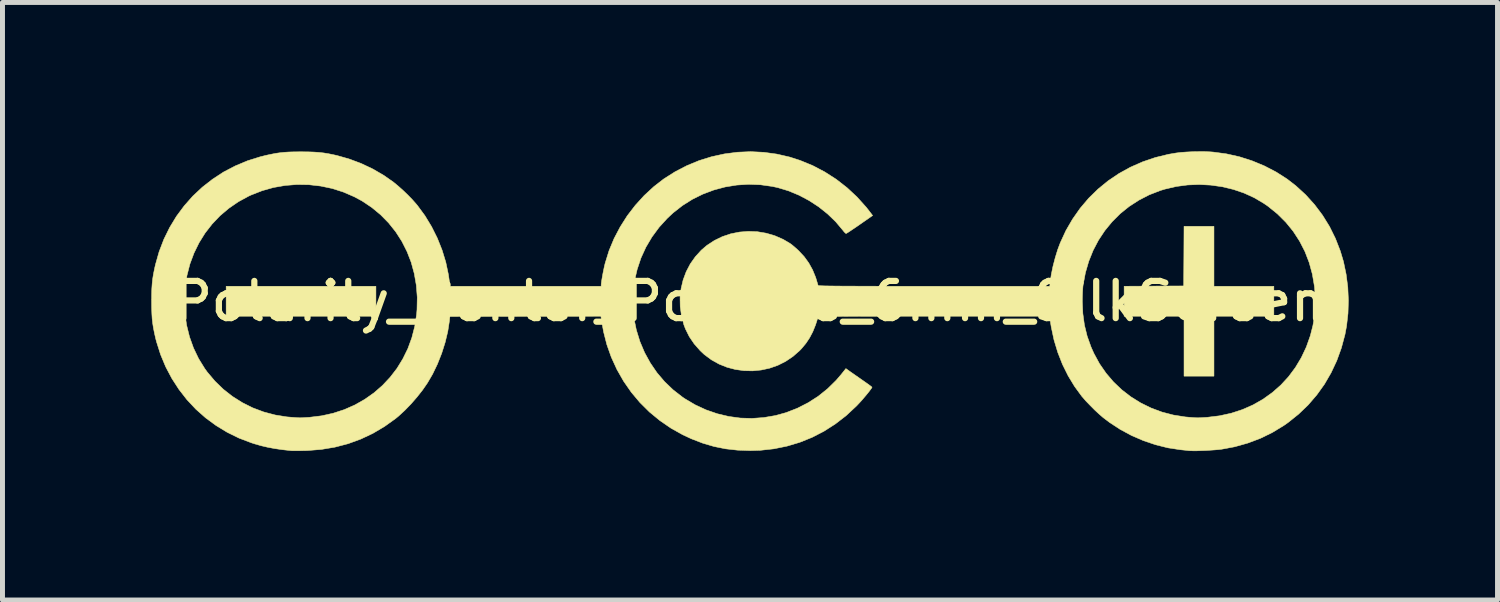
<source format=kicad_pcb>
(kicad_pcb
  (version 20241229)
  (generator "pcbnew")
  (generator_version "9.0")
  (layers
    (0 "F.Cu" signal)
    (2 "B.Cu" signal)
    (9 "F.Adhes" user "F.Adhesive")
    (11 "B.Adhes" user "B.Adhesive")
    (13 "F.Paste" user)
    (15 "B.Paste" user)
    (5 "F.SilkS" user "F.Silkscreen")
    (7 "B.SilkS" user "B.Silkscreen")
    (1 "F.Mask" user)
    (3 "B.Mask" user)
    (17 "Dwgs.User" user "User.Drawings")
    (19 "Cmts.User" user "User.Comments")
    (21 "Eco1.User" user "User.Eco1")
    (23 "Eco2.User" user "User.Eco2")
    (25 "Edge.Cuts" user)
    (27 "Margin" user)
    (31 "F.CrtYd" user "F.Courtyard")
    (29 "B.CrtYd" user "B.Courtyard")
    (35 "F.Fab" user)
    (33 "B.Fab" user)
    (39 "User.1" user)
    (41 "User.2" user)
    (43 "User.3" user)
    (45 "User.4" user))
  (footprint "Polarity_Center_Positive_6mm_SilkScreen"
    (layer "F.Cu")
    (at 12.057 3.02)
    (property "Reference" "Polarity_Center_Positive_6mm_SilkScreen" (at 0 0 0) (layer "F.SilkS") (effects (font (size 0.75 0.75) (thickness 0.125))))
    (attr exclude_from_pos_files exclude_from_bom allow_missing_courtyard)
    (fp_poly (pts (xy -7.532 0.302) (xy -10.55 0.302) (xy -10.55 -0.302) (xy -7.532 -0.302) (xy -7.532 0.302)) (stroke (width 0.01) (type solid)) (fill yes) (layer "F.SilkS"))
    (fp_poly (pts (xy 9.355 -0.302) (xy 10.562 -0.302) (xy 10.562 0.302) (xy 9.355 0.302) (xy 9.355 1.509) (xy 8.752 1.509) (xy 8.752 0.302) (xy 7.545 0.302) (xy 7.545 -0.302) (xy 8.145 -0.305) (xy 8.745 -0.308) (xy 8.749 -0.908) (xy 8.752 -1.509) (xy 9.355 -1.509) (xy 9.355 -0.302)) (stroke (width 0.01) (type solid)) (fill yes) (layer "F.SilkS"))
    (fp_poly (pts (xy 9.175 -3.015) (xy 9.284 -3.01) (xy 9.337 -3.006) (xy 9.605 -2.97) (xy 9.869 -2.911) (xy 10.125 -2.829) (xy 10.371 -2.727) (xy 10.606 -2.605) (xy 10.827 -2.464) (xy 11.002 -2.329) (xy 11.202 -2.146) (xy 11.382 -1.947) (xy 11.543 -1.733) (xy 11.684 -1.505) (xy 11.803 -1.264) (xy 11.901 -1.012) (xy 11.965 -0.798) (xy 12.018 -0.544) (xy 12.052 -0.282) (xy 12.064 -0.017) (xy 12.056 0.245) (xy 12.027 0.501) (xy 11.995 0.671) (xy 11.923 0.94) (xy 11.83 1.197) (xy 11.715 1.442) (xy 11.581 1.673) (xy 11.426 1.889) (xy 11.252 2.091) (xy 11.06 2.275) (xy 10.85 2.443) (xy 10.762 2.505) (xy 10.53 2.646) (xy 10.288 2.764) (xy 10.035 2.859) (xy 9.771 2.933) (xy 9.515 2.981) (xy 9.451 2.989) (xy 9.371 2.996) (xy 9.282 3.002) (xy 9.188 3.008) (xy 9.095 3.011) (xy 9.008 3.014) (xy 8.933 3.014) (xy 8.874 3.012) (xy 8.852 3.011) (xy 8.821 3.007) (xy 8.773 3.002) (xy 8.714 2.996) (xy 8.676 2.992) (xy 8.428 2.954) (xy 8.179 2.892) (xy 7.933 2.809) (xy 7.695 2.706) (xy 7.466 2.583) (xy 7.252 2.443) (xy 7.123 2.345) (xy 7.041 2.274) (xy 6.951 2.191) (xy 6.861 2.1) (xy 6.775 2.011) (xy 6.703 1.928) (xy 6.694 1.918) (xy 6.548 1.719) (xy 6.417 1.503) (xy 6.303 1.273) (xy 6.208 1.031) (xy 6.132 0.78) (xy 6.077 0.523) (xy 6.066 0.456) (xy 6.044 0.302) (xy 3.713 0.302) (xy 3.419 0.302) (xy 3.148 0.302) (xy 2.901 0.302) (xy 2.677 0.302) (xy 2.474 0.303) (xy 2.291 0.303) (xy 2.129 0.304) (xy 1.985 0.304) (xy 1.859 0.305) (xy 1.749 0.306) (xy 1.656 0.307) (xy 1.578 0.308) (xy 1.515 0.309) (xy 1.464 0.31) (xy 1.426 0.312) (xy 1.4 0.313) (xy 1.384 0.315) (xy 1.378 0.317) (xy 1.378 0.318) (xy 1.327 0.476) (xy 1.271 0.615) (xy 1.207 0.737) (xy 1.133 0.848) (xy 1.046 0.953) (xy 1.007 0.994) (xy 0.871 1.113) (xy 0.724 1.212) (xy 0.567 1.291) (xy 0.402 1.349) (xy 0.232 1.386) (xy 0.058 1.403) (xy -0.115 1.399) (xy -0.288 1.375) (xy -0.456 1.331) (xy -0.618 1.266) (xy -0.772 1.18) (xy -0.915 1.074) (xy -0.997 0.997) (xy -1.119 0.858) (xy -1.218 0.712) (xy -1.295 0.557) (xy -1.327 0.473) (xy -1.375 0.291) (xy -1.4 0.108) (xy -1.402 0.004) (xy 6.702 0.004) (xy 6.713 0.248) (xy 6.745 0.48) (xy 6.8 0.704) (xy 6.878 0.922) (xy 6.935 1.05) (xy 7.048 1.258) (xy 7.181 1.45) (xy 7.331 1.626) (xy 7.498 1.785) (xy 7.681 1.926) (xy 7.877 2.048) (xy 8.086 2.151) (xy 8.306 2.233) (xy 8.536 2.293) (xy 8.775 2.331) (xy 8.915 2.343) (xy 8.96 2.346) (xy 9 2.348) (xy 9.016 2.349) (xy 9.04 2.349) (xy 9.083 2.347) (xy 9.14 2.344) (xy 9.205 2.34) (xy 9.219 2.339) (xy 9.466 2.309) (xy 9.703 2.257) (xy 9.929 2.183) (xy 10.143 2.089) (xy 10.343 1.975) (xy 10.53 1.841) (xy 10.702 1.69) (xy 10.857 1.522) (xy 10.995 1.337) (xy 11.115 1.137) (xy 11.216 0.923) (xy 11.297 0.695) (xy 11.349 0.49) (xy 11.365 0.396) (xy 11.377 0.284) (xy 11.386 0.16) (xy 11.391 0.033) (xy 11.392 -0.091) (xy 11.388 -0.205) (xy 11.38 -0.298) (xy 11.338 -0.545) (xy 11.274 -0.779) (xy 11.188 -1.002) (xy 11.08 -1.212) (xy 10.952 -1.409) (xy 10.803 -1.592) (xy 10.634 -1.76) (xy 10.445 -1.913) (xy 10.361 -1.971) (xy 10.169 -2.085) (xy 9.963 -2.179) (xy 9.747 -2.253) (xy 9.522 -2.307) (xy 9.291 -2.34) (xy 9.058 -2.352) (xy 8.824 -2.343) (xy 8.592 -2.312) (xy 8.366 -2.259) (xy 8.274 -2.231) (xy 8.05 -2.144) (xy 7.841 -2.036) (xy 7.645 -1.909) (xy 7.465 -1.764) (xy 7.302 -1.601) (xy 7.156 -1.423) (xy 7.028 -1.23) (xy 6.92 -1.024) (xy 6.832 -0.805) (xy 6.765 -0.575) (xy 6.72 -0.335) (xy 6.715 -0.302) (xy 6.711 -0.25) (xy 6.707 -0.181) (xy 6.704 -0.103) (xy 6.702 -0.023) (xy 6.702 0.004) (xy -1.402 0.004) (xy -1.403 -0.074) (xy -1.383 -0.253) (xy -1.342 -0.427) (xy -1.28 -0.594) (xy -1.198 -0.751) (xy -1.096 -0.896) (xy -0.976 -1.028) (xy -0.864 -1.124) (xy -0.713 -1.223) (xy -0.551 -1.302) (xy -0.381 -1.359) (xy -0.205 -1.394) (xy -0.025 -1.408) (xy 0.154 -1.401) (xy 0.332 -1.371) (xy 0.506 -1.32) (xy 0.673 -1.247) (xy 0.811 -1.166) (xy 0.853 -1.135) (xy 0.904 -1.092) (xy 0.957 -1.045) (xy 0.99 -1.014) (xy 1.099 -0.897) (xy 1.19 -0.771) (xy 1.267 -0.632) (xy 1.33 -0.478) (xy 1.378 -0.318) (xy 1.383 -0.316) (xy 1.398 -0.314) (xy 1.423 -0.312) (xy 1.459 -0.311) (xy 1.508 -0.309) (xy 1.57 -0.308) (xy 1.646 -0.307) (xy 1.737 -0.306) (xy 1.845 -0.305) (xy 1.969 -0.304) (xy 2.11 -0.304) (xy 2.271 -0.303) (xy 2.451 -0.303) (xy 2.651 -0.302) (xy 2.873 -0.302) (xy 3.117 -0.302) (xy 3.384 -0.302) (xy 3.676 -0.302) (xy 6.046 -0.302) (xy 6.054 -0.38) (xy 6.077 -0.538) (xy 6.112 -0.707) (xy 6.157 -0.879) (xy 6.208 -1.044) (xy 6.257 -1.174) (xy 6.371 -1.422) (xy 6.506 -1.655) (xy 6.659 -1.873) (xy 6.83 -2.075) (xy 7.018 -2.259) (xy 7.221 -2.425) (xy 7.44 -2.573) (xy 7.672 -2.701) (xy 7.917 -2.809) (xy 8.173 -2.896) (xy 8.44 -2.961) (xy 8.593 -2.987) (xy 8.689 -2.999) (xy 8.803 -3.007) (xy 8.927 -3.013) (xy 9.053 -3.015) (xy 9.175 -3.015)) (stroke (width 0.01) (type solid)) (fill yes) (layer "F.SilkS"))
    (fp_poly (pts (xy 0.284 -3.001) (xy 0.547 -2.965) (xy 0.807 -2.905) (xy 1.012 -2.839) (xy 1.268 -2.734) (xy 1.512 -2.606) (xy 1.744 -2.457) (xy 1.961 -2.288) (xy 2.163 -2.1) (xy 2.349 -1.893) (xy 2.443 -1.772) (xy 2.477 -1.727) (xy 2.217 -1.546) (xy 2.145 -1.496) (xy 2.079 -1.452) (xy 2.023 -1.414) (xy 1.98 -1.386) (xy 1.951 -1.369) (xy 1.941 -1.364) (xy 1.927 -1.374) (xy 1.903 -1.398) (xy 1.876 -1.432) (xy 1.733 -1.602) (xy 1.57 -1.759) (xy 1.391 -1.902) (xy 1.198 -2.028) (xy 0.995 -2.136) (xy 0.783 -2.224) (xy 0.568 -2.289) (xy 0.458 -2.313) (xy 0.217 -2.347) (xy -0.023 -2.356) (xy -0.261 -2.341) (xy -0.494 -2.303) (xy -0.722 -2.242) (xy -0.943 -2.159) (xy -1.154 -2.055) (xy -1.354 -1.929) (xy -1.542 -1.782) (xy -1.66 -1.672) (xy -1.826 -1.49) (xy -1.969 -1.296) (xy -2.091 -1.09) (xy -2.191 -0.872) (xy -2.268 -0.641) (xy -2.324 -0.398) (xy -2.334 -0.34) (xy -2.346 -0.243) (xy -2.352 -0.129) (xy -2.355 -0.007) (xy -2.353 0.115) (xy -2.347 0.229) (xy -2.336 0.328) (xy -2.334 0.338) (xy -2.284 0.58) (xy -2.212 0.813) (xy -2.118 1.035) (xy -2.003 1.244) (xy -1.869 1.44) (xy -1.716 1.62) (xy -1.545 1.784) (xy -1.356 1.931) (xy -1.308 1.964) (xy -1.098 2.088) (xy -0.88 2.189) (xy -0.654 2.267) (xy -0.423 2.322) (xy -0.189 2.354) (xy 0.047 2.361) (xy 0.283 2.344) (xy 0.518 2.304) (xy 0.735 2.244) (xy 0.963 2.155) (xy 1.178 2.045) (xy 1.381 1.915) (xy 1.569 1.764) (xy 1.741 1.595) (xy 1.845 1.474) (xy 1.938 1.357) (xy 1.997 1.399) (xy 2.026 1.42) (xy 2.071 1.451) (xy 2.128 1.491) (xy 2.193 1.536) (xy 2.26 1.583) (xy 2.323 1.627) (xy 2.378 1.666) (xy 2.422 1.698) (xy 2.451 1.72) (xy 2.464 1.732) (xy 2.465 1.732) (xy 2.457 1.749) (xy 2.434 1.781) (xy 2.401 1.825) (xy 2.359 1.877) (xy 2.311 1.934) (xy 2.261 1.993) (xy 2.21 2.049) (xy 2.162 2.1) (xy 2.144 2.118) (xy 1.941 2.307) (xy 1.724 2.474) (xy 1.496 2.62) (xy 1.257 2.743) (xy 1.009 2.843) (xy 0.751 2.92) (xy 0.486 2.974) (xy 0.214 3.004) (xy 0.013 3.01) (xy -0.244 3.001) (xy -0.486 2.974) (xy -0.719 2.927) (xy -0.947 2.86) (xy -1.175 2.772) (xy -1.349 2.691) (xy -1.587 2.558) (xy -1.811 2.404) (xy -2.02 2.232) (xy -2.212 2.041) (xy -2.386 1.834) (xy -2.541 1.611) (xy -2.676 1.374) (xy -2.789 1.127) (xy -2.878 0.876) (xy -2.944 0.619) (xy -2.97 0.477) (xy -2.998 0.302) (xy -6.042 0.308) (xy -6.051 0.396) (xy -6.084 0.609) (xy -6.137 0.829) (xy -6.207 1.05) (xy -6.292 1.265) (xy -6.39 1.469) (xy -6.494 1.647) (xy -6.592 1.789) (xy -6.704 1.931) (xy -6.825 2.07) (xy -6.95 2.199) (xy -7.074 2.313) (xy -7.133 2.362) (xy -7.359 2.524) (xy -7.594 2.663) (xy -7.838 2.778) (xy -8.093 2.871) (xy -8.357 2.94) (xy -8.631 2.986) (xy -8.914 3.009) (xy -8.972 3.01) (xy -9.049 3.012) (xy -9.12 3.012) (xy -9.181 3.012) (xy -9.227 3.012) (xy -9.248 3.01) (xy -9.419 2.991) (xy -9.571 2.969) (xy -9.71 2.943) (xy -9.843 2.912) (xy -9.976 2.874) (xy -10.041 2.853) (xy -10.291 2.758) (xy -10.529 2.641) (xy -10.754 2.504) (xy -10.965 2.349) (xy -11.161 2.175) (xy -11.34 1.984) (xy -11.501 1.777) (xy -11.644 1.556) (xy -11.768 1.322) (xy -11.871 1.075) (xy -11.953 0.817) (xy -11.97 0.752) (xy -11.995 0.641) (xy -12.015 0.541) (xy -12.03 0.446) (xy -12.041 0.351) (xy -12.047 0.249) (xy -12.051 0.134) (xy -12.052 0) (xy -12.052 -0.006) (xy -11.392 -0.006) (xy -11.381 0.243) (xy -11.346 0.486) (xy -11.288 0.719) (xy -11.208 0.942) (xy -11.106 1.155) (xy -10.982 1.356) (xy -10.929 1.429) (xy -10.776 1.61) (xy -10.607 1.774) (xy -10.423 1.918) (xy -10.225 2.043) (xy -10.015 2.148) (xy -9.794 2.231) (xy -9.565 2.292) (xy -9.33 2.33) (xy -9.236 2.338) (xy -9.177 2.342) (xy -9.126 2.346) (xy -9.088 2.348) (xy -9.072 2.349) (xy -9.051 2.349) (xy -9.01 2.347) (xy -8.955 2.344) (xy -8.89 2.34) (xy -8.872 2.339) (xy -8.627 2.309) (xy -8.393 2.257) (xy -8.169 2.184) (xy -7.956 2.09) (xy -7.757 1.977) (xy -7.571 1.846) (xy -7.401 1.698) (xy -7.246 1.533) (xy -7.108 1.354) (xy -6.989 1.16) (xy -6.888 0.954) (xy -6.808 0.735) (xy -6.749 0.505) (xy -6.712 0.266) (xy -6.704 0.17) (xy -6.699 -0.079) (xy -6.718 -0.322) (xy -6.759 -0.557) (xy -6.821 -0.784) (xy -6.905 -1) (xy -7.009 -1.206) (xy -7.133 -1.399) (xy -7.276 -1.578) (xy -7.437 -1.742) (xy -7.616 -1.89) (xy -7.812 -2.021) (xy -7.966 -2.104) (xy -8.185 -2.199) (xy -8.412 -2.272) (xy -8.646 -2.321) (xy -8.883 -2.348) (xy -9.122 -2.352) (xy -9.361 -2.333) (xy -9.596 -2.292) (xy -9.826 -2.227) (xy -10.048 -2.14) (xy -10.094 -2.119) (xy -10.304 -2.005) (xy -10.497 -1.872) (xy -10.674 -1.722) (xy -10.833 -1.555) (xy -10.974 -1.374) (xy -11.096 -1.178) (xy -11.198 -0.97) (xy -11.28 -0.751) (xy -11.339 -0.522) (xy -11.377 -0.285) (xy -11.392 -0.039) (xy -11.392 -0.006) (xy -12.052 -0.006) (xy -12.051 -0.134) (xy -12.048 -0.249) (xy -12.041 -0.351) (xy -12.031 -0.446) (xy -12.016 -0.541) (xy -11.996 -0.641) (xy -11.975 -0.736) (xy -11.901 -0.997) (xy -11.805 -1.248) (xy -11.688 -1.486) (xy -11.551 -1.712) (xy -11.395 -1.922) (xy -11.222 -2.118) (xy -11.031 -2.297) (xy -10.825 -2.458) (xy -10.605 -2.602) (xy -10.37 -2.725) (xy -10.123 -2.829) (xy -9.865 -2.91) (xy -9.745 -2.94) (xy -9.642 -2.962) (xy -9.55 -2.98) (xy -9.465 -2.992) (xy -9.379 -3.001) (xy -9.288 -3.007) (xy -9.184 -3.01) (xy -9.063 -3.011) (xy -9.035 -3.011) (xy -8.9 -3.01) (xy -8.784 -3.006) (xy -8.681 -2.999) (xy -8.584 -2.988) (xy -8.486 -2.972) (xy -8.383 -2.951) (xy -8.312 -2.935) (xy -8.067 -2.865) (xy -7.825 -2.774) (xy -7.591 -2.663) (xy -7.37 -2.534) (xy -7.178 -2.399) (xy -7.087 -2.324) (xy -6.988 -2.236) (xy -6.889 -2.141) (xy -6.796 -2.045) (xy -6.716 -1.954) (xy -6.696 -1.93) (xy -6.545 -1.725) (xy -6.411 -1.504) (xy -6.295 -1.272) (xy -6.199 -1.031) (xy -6.124 -0.786) (xy -6.072 -0.54) (xy -6.061 -0.465) (xy -6.054 -0.413) (xy -6.047 -0.367) (xy -6.042 -0.335) (xy -6.041 -0.33) (xy -6.035 -0.302) (xy -2.993 -0.302) (xy -2.993 -0.332) (xy -2.99 -0.364) (xy -2.983 -0.415) (xy -2.972 -0.48) (xy -2.959 -0.553) (xy -2.944 -0.627) (xy -2.929 -0.699) (xy -2.914 -0.761) (xy -2.911 -0.772) (xy -2.834 -1.02) (xy -2.733 -1.263) (xy -2.61 -1.497) (xy -2.468 -1.721) (xy -2.306 -1.932) (xy -2.127 -2.129) (xy -1.932 -2.309) (xy -1.735 -2.462) (xy -1.507 -2.607) (xy -1.269 -2.731) (xy -1.022 -2.833) (xy -0.768 -2.912) (xy -0.508 -2.969) (xy -0.245 -3.003) (xy 0.019 -3.014) (xy 0.284 -3.001)) (stroke (width 0.01) (type solid)) (fill yes) (layer "F.SilkS")))
  (gr_rect
    (start -3 -3)
    (end 27.126 9.04)
    (stroke (width 0.1) (type default))
    (fill no)
    (layer "Edge.Cuts")))
</source>
